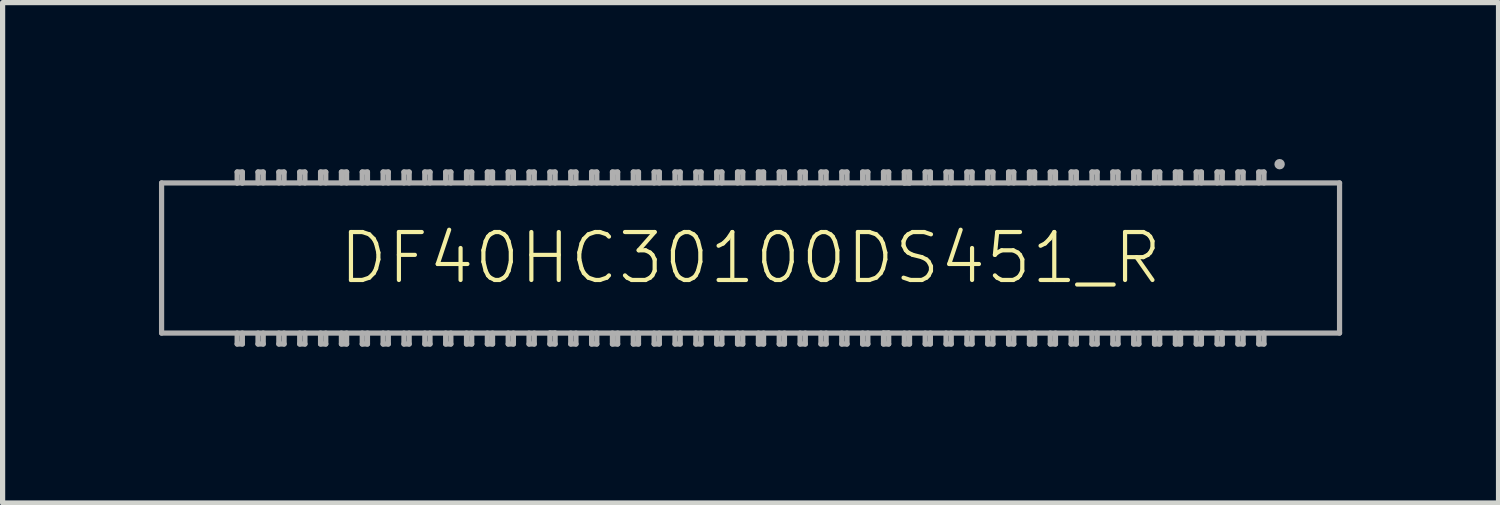
<source format=kicad_pcb>
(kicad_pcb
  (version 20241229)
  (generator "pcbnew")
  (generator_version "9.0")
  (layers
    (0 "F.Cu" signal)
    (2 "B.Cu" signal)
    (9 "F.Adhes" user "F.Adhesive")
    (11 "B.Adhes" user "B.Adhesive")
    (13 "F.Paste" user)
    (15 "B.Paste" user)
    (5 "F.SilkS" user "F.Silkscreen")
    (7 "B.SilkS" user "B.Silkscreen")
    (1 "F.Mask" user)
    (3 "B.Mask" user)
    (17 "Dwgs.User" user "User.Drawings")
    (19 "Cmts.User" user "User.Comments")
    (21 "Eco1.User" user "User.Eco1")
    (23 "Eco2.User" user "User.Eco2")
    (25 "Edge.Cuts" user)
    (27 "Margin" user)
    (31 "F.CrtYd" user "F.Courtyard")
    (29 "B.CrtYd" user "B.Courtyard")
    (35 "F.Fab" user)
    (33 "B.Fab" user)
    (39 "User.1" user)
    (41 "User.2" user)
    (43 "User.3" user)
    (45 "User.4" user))
  (footprint "DF40HC30100DS451_R"
    (layer "F.Cu")
    (at 11.35 1.9)
    (property "Reference" "DF40HC30100DS451_R" (at 0 0 0) (unlocked yes) (layer "F.SilkS") (effects (font (size 0.92 0.92) (thickness 0.08))))
    (fp_line (start -11.3 -1.44) (end -9.85 -1.44) (stroke (width 0.1) (type solid)) (layer "F.Fab"))
    (fp_line (start -11.3 1.44) (end -11.3 -1.44) (stroke (width 0.1) (type solid)) (layer "F.Fab"))
    (fp_line (start -9.85 -1.65) (end -9.75 -1.65) (stroke (width 0.1) (type solid)) (layer "F.Fab"))
    (fp_line (start -9.85 -1.44) (end -9.85 -1.65) (stroke (width 0.1) (type solid)) (layer "F.Fab"))
    (fp_line (start -9.85 -1.44) (end -9.75 -1.44) (stroke (width 0.1) (type solid)) (layer "F.Fab"))
    (fp_line (start -9.85 1.65) (end -9.85 1.44) (stroke (width 0.1) (type solid)) (layer "F.Fab"))
    (fp_line (start -9.75 -1.65) (end -9.75 -1.44) (stroke (width 0.1) (type solid)) (layer "F.Fab"))
    (fp_line (start -9.75 -1.44) (end 11.3 -1.44) (stroke (width 0.1) (type solid)) (layer "F.Fab"))
    (fp_line (start -9.75 1.44) (end -9.75 1.65) (stroke (width 0.1) (type solid)) (layer "F.Fab"))
    (fp_line (start -9.75 1.65) (end -9.85 1.65) (stroke (width 0.1) (type solid)) (layer "F.Fab"))
    (fp_line (start -9.45 -1.65) (end -9.35 -1.65) (stroke (width 0.1) (type solid)) (layer "F.Fab"))
    (fp_line (start -9.45 -1.44) (end -9.45 -1.65) (stroke (width 0.1) (type solid)) (layer "F.Fab"))
    (fp_line (start -9.45 1.65) (end -9.45 1.44) (stroke (width 0.1) (type solid)) (layer "F.Fab"))
    (fp_line (start -9.35 -1.65) (end -9.35 -1.44) (stroke (width 0.1) (type solid)) (layer "F.Fab"))
    (fp_line (start -9.35 1.44) (end -9.35 1.65) (stroke (width 0.1) (type solid)) (layer "F.Fab"))
    (fp_line (start -9.35 1.65) (end -9.45 1.65) (stroke (width 0.1) (type solid)) (layer "F.Fab"))
    (fp_line (start -9.05 -1.65) (end -8.95 -1.65) (stroke (width 0.1) (type solid)) (layer "F.Fab"))
    (fp_line (start -9.05 -1.44) (end -9.05 -1.65) (stroke (width 0.1) (type solid)) (layer "F.Fab"))
    (fp_line (start -9.05 1.65) (end -9.05 1.44) (stroke (width 0.1) (type solid)) (layer "F.Fab"))
    (fp_line (start -8.95 -1.65) (end -8.95 -1.44) (stroke (width 0.1) (type solid)) (layer "F.Fab"))
    (fp_line (start -8.95 1.44) (end -8.95 1.65) (stroke (width 0.1) (type solid)) (layer "F.Fab"))
    (fp_line (start -8.95 1.65) (end -9.05 1.65) (stroke (width 0.1) (type solid)) (layer "F.Fab"))
    (fp_line (start -8.65 -1.65) (end -8.55 -1.65) (stroke (width 0.1) (type solid)) (layer "F.Fab"))
    (fp_line (start -8.65 -1.44) (end -8.65 -1.65) (stroke (width 0.1) (type solid)) (layer "F.Fab"))
    (fp_line (start -8.65 1.65) (end -8.65 1.44) (stroke (width 0.1) (type solid)) (layer "F.Fab"))
    (fp_line (start -8.55 -1.65) (end -8.55 -1.44) (stroke (width 0.1) (type solid)) (layer "F.Fab"))
    (fp_line (start -8.55 1.44) (end -8.55 1.65) (stroke (width 0.1) (type solid)) (layer "F.Fab"))
    (fp_line (start -8.55 1.65) (end -8.65 1.65) (stroke (width 0.1) (type solid)) (layer "F.Fab"))
    (fp_line (start -8.25 -1.65) (end -8.15 -1.65) (stroke (width 0.1) (type solid)) (layer "F.Fab"))
    (fp_line (start -8.25 -1.44) (end -8.25 -1.65) (stroke (width 0.1) (type solid)) (layer "F.Fab"))
    (fp_line (start -8.25 1.65) (end -8.25 1.44) (stroke (width 0.1) (type solid)) (layer "F.Fab"))
    (fp_line (start -8.15 -1.65) (end -8.15 -1.44) (stroke (width 0.1) (type solid)) (layer "F.Fab"))
    (fp_line (start -8.15 1.44) (end -8.15 1.65) (stroke (width 0.1) (type solid)) (layer "F.Fab"))
    (fp_line (start -8.15 1.65) (end -8.25 1.65) (stroke (width 0.1) (type solid)) (layer "F.Fab"))
    (fp_line (start -7.85 -1.65) (end -7.75 -1.65) (stroke (width 0.1) (type solid)) (layer "F.Fab"))
    (fp_line (start -7.85 -1.44) (end -7.85 -1.65) (stroke (width 0.1) (type solid)) (layer "F.Fab"))
    (fp_line (start -7.85 1.65) (end -7.85 1.44) (stroke (width 0.1) (type solid)) (layer "F.Fab"))
    (fp_line (start -7.75 -1.65) (end -7.75 -1.44) (stroke (width 0.1) (type solid)) (layer "F.Fab"))
    (fp_line (start -7.75 1.44) (end -7.75 1.65) (stroke (width 0.1) (type solid)) (layer "F.Fab"))
    (fp_line (start -7.75 1.65) (end -7.85 1.65) (stroke (width 0.1) (type solid)) (layer "F.Fab"))
    (fp_line (start -7.45 -1.65) (end -7.35 -1.65) (stroke (width 0.1) (type solid)) (layer "F.Fab"))
    (fp_line (start -7.45 -1.44) (end -7.45 -1.65) (stroke (width 0.1) (type solid)) (layer "F.Fab"))
    (fp_line (start -7.45 1.65) (end -7.45 1.44) (stroke (width 0.1) (type solid)) (layer "F.Fab"))
    (fp_line (start -7.35 -1.65) (end -7.35 -1.44) (stroke (width 0.1) (type solid)) (layer "F.Fab"))
    (fp_line (start -7.35 1.44) (end -7.35 1.65) (stroke (width 0.1) (type solid)) (layer "F.Fab"))
    (fp_line (start -7.35 1.65) (end -7.45 1.65) (stroke (width 0.1) (type solid)) (layer "F.Fab"))
    (fp_line (start -7.05 -1.65) (end -6.95 -1.65) (stroke (width 0.1) (type solid)) (layer "F.Fab"))
    (fp_line (start -7.05 -1.44) (end -7.05 -1.65) (stroke (width 0.1) (type solid)) (layer "F.Fab"))
    (fp_line (start -7.05 1.65) (end -7.05 1.44) (stroke (width 0.1) (type solid)) (layer "F.Fab"))
    (fp_line (start -6.95 -1.65) (end -6.95 -1.44) (stroke (width 0.1) (type solid)) (layer "F.Fab"))
    (fp_line (start -6.95 1.44) (end -6.95 1.65) (stroke (width 0.1) (type solid)) (layer "F.Fab"))
    (fp_line (start -6.95 1.65) (end -7.05 1.65) (stroke (width 0.1) (type solid)) (layer "F.Fab"))
    (fp_line (start -6.65 -1.65) (end -6.55 -1.65) (stroke (width 0.1) (type solid)) (layer "F.Fab"))
    (fp_line (start -6.65 -1.44) (end -6.65 -1.65) (stroke (width 0.1) (type solid)) (layer "F.Fab"))
    (fp_line (start -6.65 1.65) (end -6.65 1.44) (stroke (width 0.1) (type solid)) (layer "F.Fab"))
    (fp_line (start -6.55 -1.65) (end -6.55 -1.44) (stroke (width 0.1) (type solid)) (layer "F.Fab"))
    (fp_line (start -6.55 1.44) (end -6.55 1.65) (stroke (width 0.1) (type solid)) (layer "F.Fab"))
    (fp_line (start -6.55 1.65) (end -6.65 1.65) (stroke (width 0.1) (type solid)) (layer "F.Fab"))
    (fp_line (start -6.25 -1.65) (end -6.15 -1.65) (stroke (width 0.1) (type solid)) (layer "F.Fab"))
    (fp_line (start -6.25 -1.44) (end -6.25 -1.65) (stroke (width 0.1) (type solid)) (layer "F.Fab"))
    (fp_line (start -6.25 1.65) (end -6.25 1.44) (stroke (width 0.1) (type solid)) (layer "F.Fab"))
    (fp_line (start -6.15 -1.65) (end -6.15 -1.44) (stroke (width 0.1) (type solid)) (layer "F.Fab"))
    (fp_line (start -6.15 1.44) (end -6.15 1.65) (stroke (width 0.1) (type solid)) (layer "F.Fab"))
    (fp_line (start -6.15 1.65) (end -6.25 1.65) (stroke (width 0.1) (type solid)) (layer "F.Fab"))
    (fp_line (start -5.85 -1.65) (end -5.75 -1.65) (stroke (width 0.1) (type solid)) (layer "F.Fab"))
    (fp_line (start -5.85 -1.44) (end -5.85 -1.65) (stroke (width 0.1) (type solid)) (layer "F.Fab"))
    (fp_line (start -5.85 1.65) (end -5.85 1.44) (stroke (width 0.1) (type solid)) (layer "F.Fab"))
    (fp_line (start -5.75 -1.65) (end -5.75 -1.44) (stroke (width 0.1) (type solid)) (layer "F.Fab"))
    (fp_line (start -5.75 1.44) (end -5.75 1.65) (stroke (width 0.1) (type solid)) (layer "F.Fab"))
    (fp_line (start -5.75 1.65) (end -5.85 1.65) (stroke (width 0.1) (type solid)) (layer "F.Fab"))
    (fp_line (start -5.45 -1.65) (end -5.35 -1.65) (stroke (width 0.1) (type solid)) (layer "F.Fab"))
    (fp_line (start -5.45 -1.44) (end -5.45 -1.65) (stroke (width 0.1) (type solid)) (layer "F.Fab"))
    (fp_line (start -5.45 1.65) (end -5.45 1.44) (stroke (width 0.1) (type solid)) (layer "F.Fab"))
    (fp_line (start -5.35 -1.65) (end -5.35 -1.44) (stroke (width 0.1) (type solid)) (layer "F.Fab"))
    (fp_line (start -5.35 1.44) (end -5.35 1.65) (stroke (width 0.1) (type solid)) (layer "F.Fab"))
    (fp_line (start -5.35 1.65) (end -5.45 1.65) (stroke (width 0.1) (type solid)) (layer "F.Fab"))
    (fp_line (start -5.05 -1.65) (end -4.95 -1.65) (stroke (width 0.1) (type solid)) (layer "F.Fab"))
    (fp_line (start -5.05 -1.44) (end -5.05 -1.65) (stroke (width 0.1) (type solid)) (layer "F.Fab"))
    (fp_line (start -5.05 1.65) (end -5.05 1.44) (stroke (width 0.1) (type solid)) (layer "F.Fab"))
    (fp_line (start -4.95 -1.65) (end -4.95 -1.44) (stroke (width 0.1) (type solid)) (layer "F.Fab"))
    (fp_line (start -4.95 1.44) (end -4.95 1.65) (stroke (width 0.1) (type solid)) (layer "F.Fab"))
    (fp_line (start -4.95 1.65) (end -5.05 1.65) (stroke (width 0.1) (type solid)) (layer "F.Fab"))
    (fp_line (start -4.65 -1.65) (end -4.55 -1.65) (stroke (width 0.1) (type solid)) (layer "F.Fab"))
    (fp_line (start -4.65 -1.44) (end -4.65 -1.65) (stroke (width 0.1) (type solid)) (layer "F.Fab"))
    (fp_line (start -4.65 1.65) (end -4.65 1.44) (stroke (width 0.1) (type solid)) (layer "F.Fab"))
    (fp_line (start -4.55 -1.65) (end -4.55 -1.44) (stroke (width 0.1) (type solid)) (layer "F.Fab"))
    (fp_line (start -4.55 1.44) (end -4.55 1.65) (stroke (width 0.1) (type solid)) (layer "F.Fab"))
    (fp_line (start -4.55 1.65) (end -4.65 1.65) (stroke (width 0.1) (type solid)) (layer "F.Fab"))
    (fp_line (start -4.25 -1.65) (end -4.15 -1.65) (stroke (width 0.1) (type solid)) (layer "F.Fab"))
    (fp_line (start -4.25 -1.44) (end -4.25 -1.65) (stroke (width 0.1) (type solid)) (layer "F.Fab"))
    (fp_line (start -4.25 1.65) (end -4.25 1.44) (stroke (width 0.1) (type solid)) (layer "F.Fab"))
    (fp_line (start -4.15 -1.65) (end -4.15 -1.44) (stroke (width 0.1) (type solid)) (layer "F.Fab"))
    (fp_line (start -4.15 1.44) (end -4.15 1.65) (stroke (width 0.1) (type solid)) (layer "F.Fab"))
    (fp_line (start -4.15 1.65) (end -4.25 1.65) (stroke (width 0.1) (type solid)) (layer "F.Fab"))
    (fp_line (start -3.85 -1.65) (end -3.75 -1.65) (stroke (width 0.1) (type solid)) (layer "F.Fab"))
    (fp_line (start -3.85 -1.44) (end -3.85 -1.65) (stroke (width 0.1) (type solid)) (layer "F.Fab"))
    (fp_line (start -3.85 1.65) (end -3.85 1.44) (stroke (width 0.1) (type solid)) (layer "F.Fab"))
    (fp_line (start -3.75 -1.65) (end -3.75 -1.44) (stroke (width 0.1) (type solid)) (layer "F.Fab"))
    (fp_line (start -3.75 1.44) (end -3.85 1.44) (stroke (width 0.1) (type solid)) (layer "F.Fab"))
    (fp_line (start -3.75 1.44) (end -3.75 1.65) (stroke (width 0.1) (type solid)) (layer "F.Fab"))
    (fp_line (start -3.75 1.65) (end -3.85 1.65) (stroke (width 0.1) (type solid)) (layer "F.Fab"))
    (fp_line (start -3.45 -1.65) (end -3.35 -1.65) (stroke (width 0.1) (type solid)) (layer "F.Fab"))
    (fp_line (start -3.45 -1.44) (end -3.45 -1.65) (stroke (width 0.1) (type solid)) (layer "F.Fab"))
    (fp_line (start -3.45 -1.44) (end -3.35 -1.44) (stroke (width 0.1) (type solid)) (layer "F.Fab"))
    (fp_line (start -3.45 1.65) (end -3.45 1.44) (stroke (width 0.1) (type solid)) (layer "F.Fab"))
    (fp_line (start -3.35 -1.65) (end -3.35 -1.44) (stroke (width 0.1) (type solid)) (layer "F.Fab"))
    (fp_line (start -3.35 1.44) (end -3.35 1.65) (stroke (width 0.1) (type solid)) (layer "F.Fab"))
    (fp_line (start -3.35 1.65) (end -3.45 1.65) (stroke (width 0.1) (type solid)) (layer "F.Fab"))
    (fp_line (start -3.05 -1.65) (end -2.95 -1.65) (stroke (width 0.1) (type solid)) (layer "F.Fab"))
    (fp_line (start -3.05 -1.44) (end -3.05 -1.65) (stroke (width 0.1) (type solid)) (layer "F.Fab"))
    (fp_line (start -3.05 1.65) (end -3.05 1.44) (stroke (width 0.1) (type solid)) (layer "F.Fab"))
    (fp_line (start -2.95 -1.65) (end -2.95 -1.44) (stroke (width 0.1) (type solid)) (layer "F.Fab"))
    (fp_line (start -2.95 1.44) (end -2.95 1.65) (stroke (width 0.1) (type solid)) (layer "F.Fab"))
    (fp_line (start -2.95 1.65) (end -3.05 1.65) (stroke (width 0.1) (type solid)) (layer "F.Fab"))
    (fp_line (start -2.65 -1.65) (end -2.55 -1.65) (stroke (width 0.1) (type solid)) (layer "F.Fab"))
    (fp_line (start -2.65 -1.44) (end -2.65 -1.65) (stroke (width 0.1) (type solid)) (layer "F.Fab"))
    (fp_line (start -2.65 1.65) (end -2.65 1.44) (stroke (width 0.1) (type solid)) (layer "F.Fab"))
    (fp_line (start -2.55 -1.65) (end -2.55 -1.44) (stroke (width 0.1) (type solid)) (layer "F.Fab"))
    (fp_line (start -2.55 1.44) (end -2.55 1.65) (stroke (width 0.1) (type solid)) (layer "F.Fab"))
    (fp_line (start -2.55 1.65) (end -2.65 1.65) (stroke (width 0.1) (type solid)) (layer "F.Fab"))
    (fp_line (start -2.25 -1.65) (end -2.15 -1.65) (stroke (width 0.1) (type solid)) (layer "F.Fab"))
    (fp_line (start -2.25 -1.44) (end -2.25 -1.65) (stroke (width 0.1) (type solid)) (layer "F.Fab"))
    (fp_line (start -2.25 1.65) (end -2.25 1.44) (stroke (width 0.1) (type solid)) (layer "F.Fab"))
    (fp_line (start -2.15 -1.65) (end -2.15 -1.44) (stroke (width 0.1) (type solid)) (layer "F.Fab"))
    (fp_line (start -2.15 1.44) (end -2.15 1.65) (stroke (width 0.1) (type solid)) (layer "F.Fab"))
    (fp_line (start -2.15 1.65) (end -2.25 1.65) (stroke (width 0.1) (type solid)) (layer "F.Fab"))
    (fp_line (start -1.85 -1.65) (end -1.75 -1.65) (stroke (width 0.1) (type solid)) (layer "F.Fab"))
    (fp_line (start -1.85 -1.44) (end -1.85 -1.65) (stroke (width 0.1) (type solid)) (layer "F.Fab"))
    (fp_line (start -1.85 1.65) (end -1.85 1.44) (stroke (width 0.1) (type solid)) (layer "F.Fab"))
    (fp_line (start -1.75 -1.65) (end -1.75 -1.44) (stroke (width 0.1) (type solid)) (layer "F.Fab"))
    (fp_line (start -1.75 1.44) (end -1.75 1.65) (stroke (width 0.1) (type solid)) (layer "F.Fab"))
    (fp_line (start -1.75 1.65) (end -1.85 1.65) (stroke (width 0.1) (type solid)) (layer "F.Fab"))
    (fp_line (start -1.45 -1.65) (end -1.35 -1.65) (stroke (width 0.1) (type solid)) (layer "F.Fab"))
    (fp_line (start -1.45 -1.44) (end -1.45 -1.65) (stroke (width 0.1) (type solid)) (layer "F.Fab"))
    (fp_line (start -1.45 1.65) (end -1.45 1.44) (stroke (width 0.1) (type solid)) (layer "F.Fab"))
    (fp_line (start -1.35 -1.65) (end -1.35 -1.44) (stroke (width 0.1) (type solid)) (layer "F.Fab"))
    (fp_line (start -1.35 1.44) (end -1.35 1.65) (stroke (width 0.1) (type solid)) (layer "F.Fab"))
    (fp_line (start -1.35 1.65) (end -1.45 1.65) (stroke (width 0.1) (type solid)) (layer "F.Fab"))
    (fp_line (start -1.05 -1.65) (end -0.95 -1.65) (stroke (width 0.1) (type solid)) (layer "F.Fab"))
    (fp_line (start -1.05 -1.44) (end -1.05 -1.65) (stroke (width 0.1) (type solid)) (layer "F.Fab"))
    (fp_line (start -1.05 1.65) (end -1.05 1.44) (stroke (width 0.1) (type solid)) (layer "F.Fab"))
    (fp_line (start -0.95 -1.65) (end -0.95 -1.44) (stroke (width 0.1) (type solid)) (layer "F.Fab"))
    (fp_line (start -0.95 1.44) (end -0.95 1.65) (stroke (width 0.1) (type solid)) (layer "F.Fab"))
    (fp_line (start -0.95 1.65) (end -1.05 1.65) (stroke (width 0.1) (type solid)) (layer "F.Fab"))
    (fp_line (start -0.65 -1.65) (end -0.55 -1.65) (stroke (width 0.1) (type solid)) (layer "F.Fab"))
    (fp_line (start -0.65 -1.44) (end -0.65 -1.65) (stroke (width 0.1) (type solid)) (layer "F.Fab"))
    (fp_line (start -0.65 1.65) (end -0.65 1.44) (stroke (width 0.1) (type solid)) (layer "F.Fab"))
    (fp_line (start -0.55 -1.65) (end -0.55 -1.44) (stroke (width 0.1) (type solid)) (layer "F.Fab"))
    (fp_line (start -0.55 1.44) (end -0.55 1.65) (stroke (width 0.1) (type solid)) (layer "F.Fab"))
    (fp_line (start -0.55 1.65) (end -0.65 1.65) (stroke (width 0.1) (type solid)) (layer "F.Fab"))
    (fp_line (start -0.25 -1.65) (end -0.15 -1.65) (stroke (width 0.1) (type solid)) (layer "F.Fab"))
    (fp_line (start -0.25 -1.44) (end -0.25 -1.65) (stroke (width 0.1) (type solid)) (layer "F.Fab"))
    (fp_line (start -0.25 1.65) (end -0.25 1.44) (stroke (width 0.1) (type solid)) (layer "F.Fab"))
    (fp_line (start -0.15 -1.65) (end -0.15 -1.44) (stroke (width 0.1) (type solid)) (layer "F.Fab"))
    (fp_line (start -0.15 1.44) (end -0.15 1.65) (stroke (width 0.1) (type solid)) (layer "F.Fab"))
    (fp_line (start -0.15 1.65) (end -0.25 1.65) (stroke (width 0.1) (type solid)) (layer "F.Fab"))
    (fp_line (start 0.15 -1.65) (end 0.25 -1.65) (stroke (width 0.1) (type solid)) (layer "F.Fab"))
    (fp_line (start 0.15 -1.44) (end 0.15 -1.65) (stroke (width 0.1) (type solid)) (layer "F.Fab"))
    (fp_line (start 0.15 1.65) (end 0.15 1.44) (stroke (width 0.1) (type solid)) (layer "F.Fab"))
    (fp_line (start 0.25 -1.65) (end 0.25 -1.44) (stroke (width 0.1) (type solid)) (layer "F.Fab"))
    (fp_line (start 0.25 1.44) (end 0.25 1.65) (stroke (width 0.1) (type solid)) (layer "F.Fab"))
    (fp_line (start 0.25 1.65) (end 0.15 1.65) (stroke (width 0.1) (type solid)) (layer "F.Fab"))
    (fp_line (start 0.55 -1.65) (end 0.65 -1.65) (stroke (width 0.1) (type solid)) (layer "F.Fab"))
    (fp_line (start 0.55 -1.44) (end 0.55 -1.65) (stroke (width 0.1) (type solid)) (layer "F.Fab"))
    (fp_line (start 0.55 1.65) (end 0.55 1.44) (stroke (width 0.1) (type solid)) (layer "F.Fab"))
    (fp_line (start 0.65 -1.65) (end 0.65 -1.44) (stroke (width 0.1) (type solid)) (layer "F.Fab"))
    (fp_line (start 0.65 1.44) (end 0.65 1.65) (stroke (width 0.1) (type solid)) (layer "F.Fab"))
    (fp_line (start 0.65 1.65) (end 0.55 1.65) (stroke (width 0.1) (type solid)) (layer "F.Fab"))
    (fp_line (start 0.95 -1.65) (end 1.05 -1.65) (stroke (width 0.1) (type solid)) (layer "F.Fab"))
    (fp_line (start 0.95 -1.44) (end 0.95 -1.65) (stroke (width 0.1) (type solid)) (layer "F.Fab"))
    (fp_line (start 0.95 1.65) (end 0.95 1.44) (stroke (width 0.1) (type solid)) (layer "F.Fab"))
    (fp_line (start 1.05 -1.65) (end 1.05 -1.44) (stroke (width 0.1) (type solid)) (layer "F.Fab"))
    (fp_line (start 1.05 1.44) (end 1.05 1.65) (stroke (width 0.1) (type solid)) (layer "F.Fab"))
    (fp_line (start 1.05 1.65) (end 0.95 1.65) (stroke (width 0.1) (type solid)) (layer "F.Fab"))
    (fp_line (start 1.35 -1.65) (end 1.45 -1.65) (stroke (width 0.1) (type solid)) (layer "F.Fab"))
    (fp_line (start 1.35 -1.44) (end 1.35 -1.65) (stroke (width 0.1) (type solid)) (layer "F.Fab"))
    (fp_line (start 1.35 1.65) (end 1.35 1.44) (stroke (width 0.1) (type solid)) (layer "F.Fab"))
    (fp_line (start 1.45 -1.65) (end 1.45 -1.44) (stroke (width 0.1) (type solid)) (layer "F.Fab"))
    (fp_line (start 1.45 1.44) (end 1.45 1.65) (stroke (width 0.1) (type solid)) (layer "F.Fab"))
    (fp_line (start 1.45 1.65) (end 1.35 1.65) (stroke (width 0.1) (type solid)) (layer "F.Fab"))
    (fp_line (start 1.75 -1.65) (end 1.85 -1.65) (stroke (width 0.1) (type solid)) (layer "F.Fab"))
    (fp_line (start 1.75 -1.44) (end 1.75 -1.65) (stroke (width 0.1) (type solid)) (layer "F.Fab"))
    (fp_line (start 1.75 1.65) (end 1.75 1.44) (stroke (width 0.1) (type solid)) (layer "F.Fab"))
    (fp_line (start 1.85 -1.65) (end 1.85 -1.44) (stroke (width 0.1) (type solid)) (layer "F.Fab"))
    (fp_line (start 1.85 1.44) (end 1.85 1.65) (stroke (width 0.1) (type solid)) (layer "F.Fab"))
    (fp_line (start 1.85 1.65) (end 1.75 1.65) (stroke (width 0.1) (type solid)) (layer "F.Fab"))
    (fp_line (start 2.15 -1.65) (end 2.25 -1.65) (stroke (width 0.1) (type solid)) (layer "F.Fab"))
    (fp_line (start 2.15 -1.44) (end 2.15 -1.65) (stroke (width 0.1) (type solid)) (layer "F.Fab"))
    (fp_line (start 2.15 1.65) (end 2.15 1.44) (stroke (width 0.1) (type solid)) (layer "F.Fab"))
    (fp_line (start 2.25 -1.65) (end 2.25 -1.44) (stroke (width 0.1) (type solid)) (layer "F.Fab"))
    (fp_line (start 2.25 1.44) (end 2.25 1.65) (stroke (width 0.1) (type solid)) (layer "F.Fab"))
    (fp_line (start 2.25 1.65) (end 2.15 1.65) (stroke (width 0.1) (type solid)) (layer "F.Fab"))
    (fp_line (start 2.55 -1.65) (end 2.65 -1.65) (stroke (width 0.1) (type solid)) (layer "F.Fab"))
    (fp_line (start 2.55 -1.44) (end 2.55 -1.65) (stroke (width 0.1) (type solid)) (layer "F.Fab"))
    (fp_line (start 2.55 1.65) (end 2.55 1.44) (stroke (width 0.1) (type solid)) (layer "F.Fab"))
    (fp_line (start 2.65 -1.65) (end 2.65 -1.44) (stroke (width 0.1) (type solid)) (layer "F.Fab"))
    (fp_line (start 2.65 1.44) (end 2.55 1.44) (stroke (width 0.1) (type solid)) (layer "F.Fab"))
    (fp_line (start 2.65 1.44) (end 2.65 1.65) (stroke (width 0.1) (type solid)) (layer "F.Fab"))
    (fp_line (start 2.65 1.65) (end 2.55 1.65) (stroke (width 0.1) (type solid)) (layer "F.Fab"))
    (fp_line (start 2.95 -1.65) (end 3.05 -1.65) (stroke (width 0.1) (type solid)) (layer "F.Fab"))
    (fp_line (start 2.95 -1.44) (end 2.95 -1.65) (stroke (width 0.1) (type solid)) (layer "F.Fab"))
    (fp_line (start 2.95 -1.44) (end 3.05 -1.44) (stroke (width 0.1) (type solid)) (layer "F.Fab"))
    (fp_line (start 2.95 1.65) (end 2.95 1.44) (stroke (width 0.1) (type solid)) (layer "F.Fab"))
    (fp_line (start 3.05 -1.65) (end 3.05 -1.44) (stroke (width 0.1) (type solid)) (layer "F.Fab"))
    (fp_line (start 3.05 1.44) (end 3.05 1.65) (stroke (width 0.1) (type solid)) (layer "F.Fab"))
    (fp_line (start 3.05 1.65) (end 2.95 1.65) (stroke (width 0.1) (type solid)) (layer "F.Fab"))
    (fp_line (start 3.35 -1.65) (end 3.45 -1.65) (stroke (width 0.1) (type solid)) (layer "F.Fab"))
    (fp_line (start 3.35 -1.44) (end 3.35 -1.65) (stroke (width 0.1) (type solid)) (layer "F.Fab"))
    (fp_line (start 3.35 1.65) (end 3.35 1.44) (stroke (width 0.1) (type solid)) (layer "F.Fab"))
    (fp_line (start 3.45 -1.65) (end 3.45 -1.44) (stroke (width 0.1) (type solid)) (layer "F.Fab"))
    (fp_line (start 3.45 1.44) (end 3.45 1.65) (stroke (width 0.1) (type solid)) (layer "F.Fab"))
    (fp_line (start 3.45 1.65) (end 3.35 1.65) (stroke (width 0.1) (type solid)) (layer "F.Fab"))
    (fp_line (start 3.75 -1.65) (end 3.85 -1.65) (stroke (width 0.1) (type solid)) (layer "F.Fab"))
    (fp_line (start 3.75 -1.44) (end 3.75 -1.65) (stroke (width 0.1) (type solid)) (layer "F.Fab"))
    (fp_line (start 3.75 1.65) (end 3.75 1.44) (stroke (width 0.1) (type solid)) (layer "F.Fab"))
    (fp_line (start 3.85 -1.65) (end 3.85 -1.44) (stroke (width 0.1) (type solid)) (layer "F.Fab"))
    (fp_line (start 3.85 1.44) (end 3.85 1.65) (stroke (width 0.1) (type solid)) (layer "F.Fab"))
    (fp_line (start 3.85 1.65) (end 3.75 1.65) (stroke (width 0.1) (type solid)) (layer "F.Fab"))
    (fp_line (start 4.15 -1.65) (end 4.25 -1.65) (stroke (width 0.1) (type solid)) (layer "F.Fab"))
    (fp_line (start 4.15 -1.44) (end 4.15 -1.65) (stroke (width 0.1) (type solid)) (layer "F.Fab"))
    (fp_line (start 4.15 1.65) (end 4.15 1.44) (stroke (width 0.1) (type solid)) (layer "F.Fab"))
    (fp_line (start 4.25 -1.65) (end 4.25 -1.44) (stroke (width 0.1) (type solid)) (layer "F.Fab"))
    (fp_line (start 4.25 1.44) (end 4.25 1.65) (stroke (width 0.1) (type solid)) (layer "F.Fab"))
    (fp_line (start 4.25 1.65) (end 4.15 1.65) (stroke (width 0.1) (type solid)) (layer "F.Fab"))
    (fp_line (start 4.55 -1.65) (end 4.65 -1.65) (stroke (width 0.1) (type solid)) (layer "F.Fab"))
    (fp_line (start 4.55 -1.44) (end 4.55 -1.65) (stroke (width 0.1) (type solid)) (layer "F.Fab"))
    (fp_line (start 4.55 1.65) (end 4.55 1.44) (stroke (width 0.1) (type solid)) (layer "F.Fab"))
    (fp_line (start 4.65 -1.65) (end 4.65 -1.44) (stroke (width 0.1) (type solid)) (layer "F.Fab"))
    (fp_line (start 4.65 1.44) (end 4.65 1.65) (stroke (width 0.1) (type solid)) (layer "F.Fab"))
    (fp_line (start 4.65 1.65) (end 4.55 1.65) (stroke (width 0.1) (type solid)) (layer "F.Fab"))
    (fp_line (start 4.95 -1.65) (end 5.05 -1.65) (stroke (width 0.1) (type solid)) (layer "F.Fab"))
    (fp_line (start 4.95 -1.44) (end 4.95 -1.65) (stroke (width 0.1) (type solid)) (layer "F.Fab"))
    (fp_line (start 4.95 1.65) (end 4.95 1.44) (stroke (width 0.1) (type solid)) (layer "F.Fab"))
    (fp_line (start 5.05 -1.65) (end 5.05 -1.44) (stroke (width 0.1) (type solid)) (layer "F.Fab"))
    (fp_line (start 5.05 1.44) (end 5.05 1.65) (stroke (width 0.1) (type solid)) (layer "F.Fab"))
    (fp_line (start 5.05 1.65) (end 4.95 1.65) (stroke (width 0.1) (type solid)) (layer "F.Fab"))
    (fp_line (start 5.35 -1.65) (end 5.45 -1.65) (stroke (width 0.1) (type solid)) (layer "F.Fab"))
    (fp_line (start 5.35 -1.44) (end 5.35 -1.65) (stroke (width 0.1) (type solid)) (layer "F.Fab"))
    (fp_line (start 5.35 1.65) (end 5.35 1.44) (stroke (width 0.1) (type solid)) (layer "F.Fab"))
    (fp_line (start 5.45 -1.65) (end 5.45 -1.44) (stroke (width 0.1) (type solid)) (layer "F.Fab"))
    (fp_line (start 5.45 1.44) (end 5.45 1.65) (stroke (width 0.1) (type solid)) (layer "F.Fab"))
    (fp_line (start 5.45 1.65) (end 5.35 1.65) (stroke (width 0.1) (type solid)) (layer "F.Fab"))
    (fp_line (start 5.75 -1.65) (end 5.85 -1.65) (stroke (width 0.1) (type solid)) (layer "F.Fab"))
    (fp_line (start 5.75 -1.44) (end 5.75 -1.65) (stroke (width 0.1) (type solid)) (layer "F.Fab"))
    (fp_line (start 5.75 1.65) (end 5.75 1.44) (stroke (width 0.1) (type solid)) (layer "F.Fab"))
    (fp_line (start 5.85 -1.65) (end 5.85 -1.44) (stroke (width 0.1) (type solid)) (layer "F.Fab"))
    (fp_line (start 5.85 1.44) (end 5.85 1.65) (stroke (width 0.1) (type solid)) (layer "F.Fab"))
    (fp_line (start 5.85 1.65) (end 5.75 1.65) (stroke (width 0.1) (type solid)) (layer "F.Fab"))
    (fp_line (start 6.15 -1.65) (end 6.25 -1.65) (stroke (width 0.1) (type solid)) (layer "F.Fab"))
    (fp_line (start 6.15 -1.44) (end 6.15 -1.65) (stroke (width 0.1) (type solid)) (layer "F.Fab"))
    (fp_line (start 6.15 1.65) (end 6.15 1.44) (stroke (width 0.1) (type solid)) (layer "F.Fab"))
    (fp_line (start 6.25 -1.65) (end 6.25 -1.44) (stroke (width 0.1) (type solid)) (layer "F.Fab"))
    (fp_line (start 6.25 1.44) (end 6.25 1.65) (stroke (width 0.1) (type solid)) (layer "F.Fab"))
    (fp_line (start 6.25 1.65) (end 6.15 1.65) (stroke (width 0.1) (type solid)) (layer "F.Fab"))
    (fp_line (start 6.55 -1.65) (end 6.65 -1.65) (stroke (width 0.1) (type solid)) (layer "F.Fab"))
    (fp_line (start 6.55 -1.44) (end 6.55 -1.65) (stroke (width 0.1) (type solid)) (layer "F.Fab"))
    (fp_line (start 6.55 1.65) (end 6.55 1.44) (stroke (width 0.1) (type solid)) (layer "F.Fab"))
    (fp_line (start 6.65 -1.65) (end 6.65 -1.44) (stroke (width 0.1) (type solid)) (layer "F.Fab"))
    (fp_line (start 6.65 1.44) (end 6.65 1.65) (stroke (width 0.1) (type solid)) (layer "F.Fab"))
    (fp_line (start 6.65 1.65) (end 6.55 1.65) (stroke (width 0.1) (type solid)) (layer "F.Fab"))
    (fp_line (start 6.95 -1.65) (end 7.05 -1.65) (stroke (width 0.1) (type solid)) (layer "F.Fab"))
    (fp_line (start 6.95 -1.44) (end 6.95 -1.65) (stroke (width 0.1) (type solid)) (layer "F.Fab"))
    (fp_line (start 6.95 1.65) (end 6.95 1.44) (stroke (width 0.1) (type solid)) (layer "F.Fab"))
    (fp_line (start 7.05 -1.65) (end 7.05 -1.44) (stroke (width 0.1) (type solid)) (layer "F.Fab"))
    (fp_line (start 7.05 1.44) (end 7.05 1.65) (stroke (width 0.1) (type solid)) (layer "F.Fab"))
    (fp_line (start 7.05 1.65) (end 6.95 1.65) (stroke (width 0.1) (type solid)) (layer "F.Fab"))
    (fp_line (start 7.35 -1.65) (end 7.45 -1.65) (stroke (width 0.1) (type solid)) (layer "F.Fab"))
    (fp_line (start 7.35 -1.44) (end 7.35 -1.65) (stroke (width 0.1) (type solid)) (layer "F.Fab"))
    (fp_line (start 7.35 1.65) (end 7.35 1.44) (stroke (width 0.1) (type solid)) (layer "F.Fab"))
    (fp_line (start 7.45 -1.65) (end 7.45 -1.44) (stroke (width 0.1) (type solid)) (layer "F.Fab"))
    (fp_line (start 7.45 1.44) (end 7.45 1.65) (stroke (width 0.1) (type solid)) (layer "F.Fab"))
    (fp_line (start 7.45 1.65) (end 7.35 1.65) (stroke (width 0.1) (type solid)) (layer "F.Fab"))
    (fp_line (start 7.75 -1.65) (end 7.85 -1.65) (stroke (width 0.1) (type solid)) (layer "F.Fab"))
    (fp_line (start 7.75 -1.44) (end 7.75 -1.65) (stroke (width 0.1) (type solid)) (layer "F.Fab"))
    (fp_line (start 7.75 1.65) (end 7.75 1.44) (stroke (width 0.1) (type solid)) (layer "F.Fab"))
    (fp_line (start 7.85 -1.65) (end 7.85 -1.44) (stroke (width 0.1) (type solid)) (layer "F.Fab"))
    (fp_line (start 7.85 1.44) (end 7.85 1.65) (stroke (width 0.1) (type solid)) (layer "F.Fab"))
    (fp_line (start 7.85 1.65) (end 7.75 1.65) (stroke (width 0.1) (type solid)) (layer "F.Fab"))
    (fp_line (start 8.15 -1.65) (end 8.25 -1.65) (stroke (width 0.1) (type solid)) (layer "F.Fab"))
    (fp_line (start 8.15 -1.44) (end 8.15 -1.65) (stroke (width 0.1) (type solid)) (layer "F.Fab"))
    (fp_line (start 8.15 1.65) (end 8.15 1.44) (stroke (width 0.1) (type solid)) (layer "F.Fab"))
    (fp_line (start 8.25 -1.65) (end 8.25 -1.44) (stroke (width 0.1) (type solid)) (layer "F.Fab"))
    (fp_line (start 8.25 1.44) (end 8.25 1.65) (stroke (width 0.1) (type solid)) (layer "F.Fab"))
    (fp_line (start 8.25 1.65) (end 8.15 1.65) (stroke (width 0.1) (type solid)) (layer "F.Fab"))
    (fp_line (start 8.55 -1.65) (end 8.65 -1.65) (stroke (width 0.1) (type solid)) (layer "F.Fab"))
    (fp_line (start 8.55 -1.44) (end 8.55 -1.65) (stroke (width 0.1) (type solid)) (layer "F.Fab"))
    (fp_line (start 8.55 1.65) (end 8.55 1.44) (stroke (width 0.1) (type solid)) (layer "F.Fab"))
    (fp_line (start 8.65 -1.65) (end 8.65 -1.44) (stroke (width 0.1) (type solid)) (layer "F.Fab"))
    (fp_line (start 8.65 1.44) (end 8.65 1.65) (stroke (width 0.1) (type solid)) (layer "F.Fab"))
    (fp_line (start 8.65 1.65) (end 8.55 1.65) (stroke (width 0.1) (type solid)) (layer "F.Fab"))
    (fp_line (start 8.95 -1.65) (end 9.05 -1.65) (stroke (width 0.1) (type solid)) (layer "F.Fab"))
    (fp_line (start 8.95 -1.44) (end 8.95 -1.65) (stroke (width 0.1) (type solid)) (layer "F.Fab"))
    (fp_line (start 8.95 1.65) (end 8.95 1.44) (stroke (width 0.1) (type solid)) (layer "F.Fab"))
    (fp_line (start 9.05 -1.65) (end 9.05 -1.44) (stroke (width 0.1) (type solid)) (layer "F.Fab"))
    (fp_line (start 9.05 1.44) (end 8.95 1.44) (stroke (width 0.1) (type solid)) (layer "F.Fab"))
    (fp_line (start 9.05 1.44) (end 9.05 1.65) (stroke (width 0.1) (type solid)) (layer "F.Fab"))
    (fp_line (start 9.05 1.65) (end 8.95 1.65) (stroke (width 0.1) (type solid)) (layer "F.Fab"))
    (fp_line (start 9.35 -1.65) (end 9.45 -1.65) (stroke (width 0.1) (type solid)) (layer "F.Fab"))
    (fp_line (start 9.35 -1.44) (end 9.35 -1.65) (stroke (width 0.1) (type solid)) (layer "F.Fab"))
    (fp_line (start 9.35 1.65) (end 9.35 1.44) (stroke (width 0.1) (type solid)) (layer "F.Fab"))
    (fp_line (start 9.45 -1.65) (end 9.45 -1.44) (stroke (width 0.1) (type solid)) (layer "F.Fab"))
    (fp_line (start 9.45 1.44) (end 9.45 1.65) (stroke (width 0.1) (type solid)) (layer "F.Fab"))
    (fp_line (start 9.45 1.65) (end 9.35 1.65) (stroke (width 0.1) (type solid)) (layer "F.Fab"))
    (fp_line (start 9.75 -1.65) (end 9.85 -1.65) (stroke (width 0.1) (type solid)) (layer "F.Fab"))
    (fp_line (start 9.75 -1.44) (end 9.75 -1.65) (stroke (width 0.1) (type solid)) (layer "F.Fab"))
    (fp_line (start 9.75 1.65) (end 9.75 1.44) (stroke (width 0.1) (type solid)) (layer "F.Fab"))
    (fp_line (start 9.85 -1.65) (end 9.85 -1.44) (stroke (width 0.1) (type solid)) (layer "F.Fab"))
    (fp_line (start 9.85 1.44) (end 9.85 1.65) (stroke (width 0.1) (type solid)) (layer "F.Fab"))
    (fp_line (start 9.85 1.65) (end 9.75 1.65) (stroke (width 0.1) (type solid)) (layer "F.Fab"))
    (fp_line (start 11.3 -1.44) (end 11.3 1.44) (stroke (width 0.1) (type solid)) (layer "F.Fab"))
    (fp_line (start 11.3 1.44) (end -11.3 1.44) (stroke (width 0.1) (type solid)) (layer "F.Fab"))
    (fp_circle (center 10.15 -1.8) (end 10.2 -1.8) (stroke (width 0.1) (type solid)) (fill no) (layer "F.Fab")))
  (gr_rect
    (start -3 -3)
    (end 25.7 6.6)
    (stroke (width 0.1) (type default))
    (fill no)
    (layer "Edge.Cuts")))
</source>
